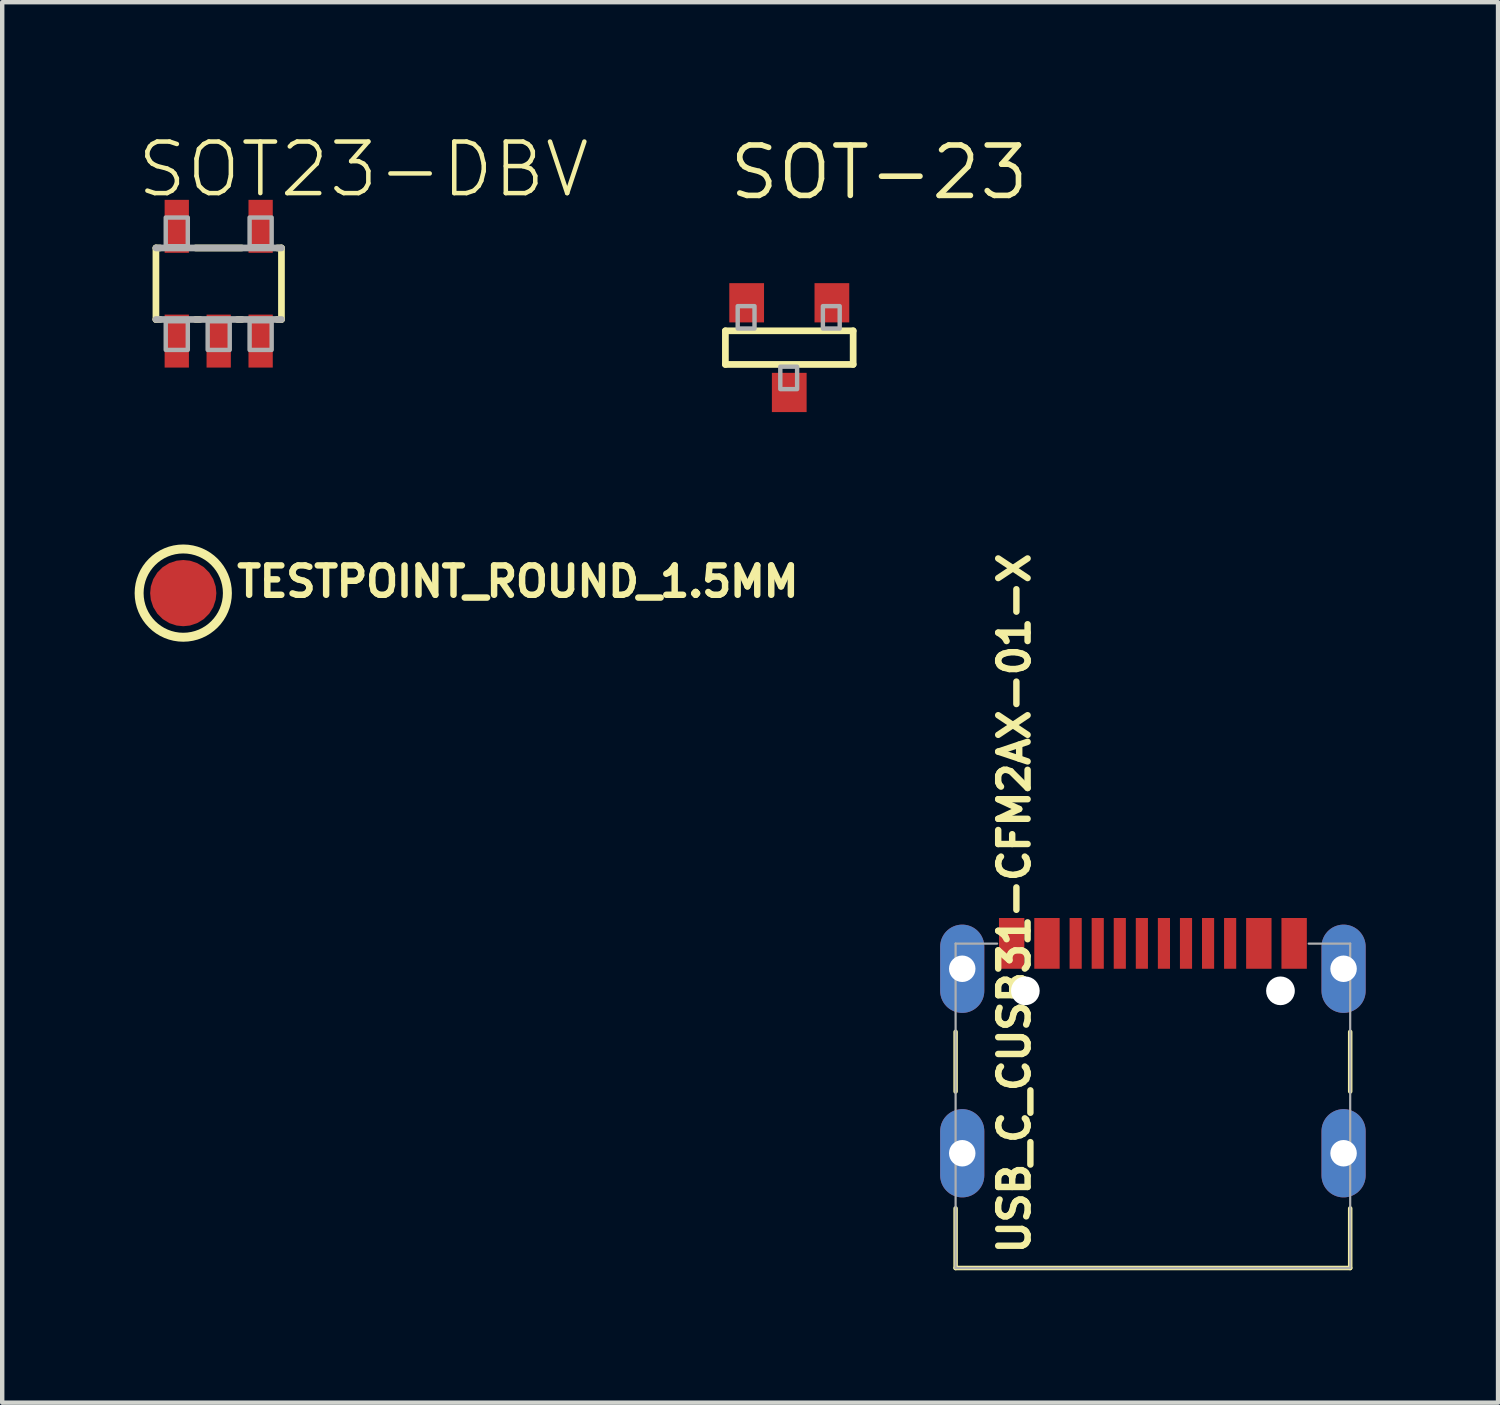
<source format=kicad_pcb>
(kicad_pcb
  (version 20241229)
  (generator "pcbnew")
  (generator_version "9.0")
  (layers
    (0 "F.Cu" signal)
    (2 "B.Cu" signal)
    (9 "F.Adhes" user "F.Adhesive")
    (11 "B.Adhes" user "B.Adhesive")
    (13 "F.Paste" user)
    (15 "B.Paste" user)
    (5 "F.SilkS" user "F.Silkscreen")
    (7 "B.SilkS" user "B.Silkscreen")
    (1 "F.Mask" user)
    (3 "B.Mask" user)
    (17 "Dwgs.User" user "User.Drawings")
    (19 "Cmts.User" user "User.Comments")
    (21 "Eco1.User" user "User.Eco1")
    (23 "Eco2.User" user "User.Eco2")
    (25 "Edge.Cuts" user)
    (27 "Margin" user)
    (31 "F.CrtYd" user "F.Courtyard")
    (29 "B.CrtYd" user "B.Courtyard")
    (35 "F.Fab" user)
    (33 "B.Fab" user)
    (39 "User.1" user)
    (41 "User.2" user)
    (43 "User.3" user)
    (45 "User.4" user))
  (footprint "SOT23-DBV"
    (layer "F.Cu")
    (at 1.905 3.378)
    (property "Reference" "SOT23-DBV" (at -1.905 -1.905 0) (layer "F.SilkS") (effects (font (size 1.168 1.168) (thickness 0.102)) (justify left bottom)))
    (fp_line (start -1.422 -0.81) (end -1.328 -0.81) (stroke (width 0.152) (type solid)) (layer "F.SilkS"))
    (fp_line (start -1.422 0.81) (end -1.422 -0.81) (stroke (width 0.152) (type solid)) (layer "F.SilkS"))
    (fp_line (start -1.328 0.81) (end -1.422 0.81) (stroke (width 0.152) (type solid)) (layer "F.SilkS"))
    (fp_line (start -0.522 -0.81) (end 0.522 -0.81) (stroke (width 0.152) (type solid)) (layer "F.SilkS"))
    (fp_line (start -0.428 0.81) (end -0.522 0.81) (stroke (width 0.152) (type solid)) (layer "F.SilkS"))
    (fp_line (start 0.522 0.81) (end 0.428 0.81) (stroke (width 0.152) (type solid)) (layer "F.SilkS"))
    (fp_line (start 1.328 -0.81) (end 1.422 -0.81) (stroke (width 0.152) (type solid)) (layer "F.SilkS"))
    (fp_line (start 1.422 -0.81) (end 1.422 0.81) (stroke (width 0.152) (type solid)) (layer "F.SilkS"))
    (fp_line (start 1.422 0.81) (end 1.328 0.81) (stroke (width 0.152) (type solid)) (layer "F.SilkS"))
    (fp_line (start -1.422 -0.81) (end 1.422 -0.81) (stroke (width 0.152) (type solid)) (layer "F.Fab"))
    (fp_line (start 1.422 0.81) (end -1.422 0.81) (stroke (width 0.152) (type solid)) (layer "F.Fab"))
    (fp_poly (pts (xy -1.2 -0.85) (xy -0.7 -0.85) (xy -0.7 -1.5) (xy -1.2 -1.5)) (stroke (width 0.1) (type default)) (fill no) (layer "F.Fab"))
    (fp_poly (pts (xy -1.2 1.5) (xy -0.7 1.5) (xy -0.7 0.85) (xy -1.2 0.85)) (stroke (width 0.1) (type default)) (fill no) (layer "F.Fab"))
    (fp_poly (pts (xy -0.25 1.5) (xy 0.25 1.5) (xy 0.25 0.85) (xy -0.25 0.85)) (stroke (width 0.1) (type default)) (fill no) (layer "F.Fab"))
    (fp_poly (pts (xy 0.7 -0.85) (xy 1.2 -0.85) (xy 1.2 -1.5) (xy 0.7 -1.5)) (stroke (width 0.1) (type default)) (fill no) (layer "F.Fab"))
    (fp_poly (pts (xy 0.7 1.5) (xy 1.2 1.5) (xy 1.2 0.85) (xy 0.7 0.85)) (stroke (width 0.1) (type default)) (fill no) (layer "F.Fab"))
    (pad "1" smd rect (at -0.95 1.3) (size 0.55 1.2) (layers "F.Cu" "F.Mask" "F.Paste"))
    (pad "2" smd rect (at 0 1.3) (size 0.55 1.2) (layers "F.Cu" "F.Mask" "F.Paste"))
    (pad "3" smd rect (at 0.95 1.3) (size 0.55 1.2) (layers "F.Cu" "F.Mask" "F.Paste"))
    (pad "4" smd rect (at 0.95 -1.3) (size 0.55 1.2) (layers "F.Cu" "F.Mask" "F.Paste"))
    (pad "5" smd rect (at -0.95 -1.3) (size 0.55 1.2) (layers "F.Cu" "F.Mask" "F.Paste")))
  (footprint "TESTPOINT_ROUND_1.5MM"
    (layer "F.Cu")
    (at 1.102 10.388)
    (property "Reference" "TESTPOINT_ROUND_1.5MM" (at 1.143 0.127 0) (layer "F.SilkS") (effects (font (size 0.666 0.666) (thickness 0.146)) (justify left bottom)))
    (fp_circle (center 0 0) (end 1 0) (stroke (width 0.203) (type solid)) (fill no) (layer "F.SilkS"))
    (pad "P$1" smd roundrect (at 0 0) (size 1.5 1.5) (layers "F.Cu" "F.Mask") (roundrect_rratio 0.5)))
  (footprint "SOT-23"
    (layer "F.Cu")
    (at 14.807 4.826)
    (property "Reference" "SOT-23" (at -1.397 -3.302 0) (layer "F.SilkS") (effects (font (size 1.143 1.143) (thickness 0.127)) (justify left bottom)))
    (fp_line (start -1.422 -0.381) (end 1.473 -0.381) (stroke (width 0.152) (type solid)) (layer "F.SilkS"))
    (fp_line (start -1.422 0.381) (end -1.422 -0.381) (stroke (width 0.152) (type solid)) (layer "F.SilkS"))
    (fp_line (start 1.473 -0.381) (end 1.473 0.381) (stroke (width 0.152) (type solid)) (layer "F.SilkS"))
    (fp_line (start 1.473 0.381) (end -1.422 0.381) (stroke (width 0.152) (type solid)) (layer "F.SilkS"))
    (fp_poly (pts (xy -1.143 -0.432) (xy -0.762 -0.432) (xy -0.762 -0.94) (xy -1.143 -0.94)) (stroke (width 0.1) (type default)) (fill no) (layer "F.Fab"))
    (fp_poly (pts (xy -0.178 0.94) (xy 0.203 0.94) (xy 0.203 0.432) (xy -0.178 0.432)) (stroke (width 0.1) (type default)) (fill no) (layer "F.Fab"))
    (fp_poly (pts (xy 0.787 -0.432) (xy 1.168 -0.432) (xy 1.168 -0.94) (xy 0.787 -0.94)) (stroke (width 0.1) (type default)) (fill no) (layer "F.Fab"))
    (pad "1" smd rect (at 0.025 1.016) (size 0.787 0.889) (layers "F.Cu" "F.Mask" "F.Paste"))
    (pad "2" smd rect (at -0.94 -1.016) (size 0.787 0.889) (layers "F.Cu" "F.Mask" "F.Paste"))
    (pad "3" smd rect (at 0.991 -1.016) (size 0.787 0.889) (layers "F.Cu" "F.Mask" "F.Paste")))
  (footprint "USB_C_CUSB31-CFM2AX-01-X"
    (layer "F.Cu")
    (at 23.071 20.599)
    (property "Reference" "USB_C_CUSB31-CFM2AX-01-X" (at -2.75 4.83 90) (layer "F.SilkS") (effects (font (size 0.666 0.666) (thickness 0.146)) (justify left bottom)))
    (fp_line (start -4.47 1.08) (end -4.47 -0.27) (stroke (width 0.102) (type solid)) (layer "F.SilkS"))
    (fp_line (start -4.47 5.08) (end -4.47 3.73) (stroke (width 0.102) (type solid)) (layer "F.SilkS"))
    (fp_line (start 4.47 -0.27) (end 4.47 1.08) (stroke (width 0.102) (type solid)) (layer "F.SilkS"))
    (fp_line (start 4.47 3.73) (end 4.47 5.08) (stroke (width 0.102) (type solid)) (layer "F.SilkS"))
    (fp_line (start 4.47 5.08) (end -4.47 5.08) (stroke (width 0.102) (type solid)) (layer "F.SilkS"))
    (fp_poly (pts (xy -3.378 -1.702) (xy -3.023 -1.702) (xy -3.023 -2.845) (xy -3.378 -2.845)) (stroke (width 0) (type default)) (fill yes) (layer "F.Paste"))
    (fp_poly (pts (xy -2.591 -1.702) (xy -2.21 -1.702) (xy -2.21 -2.845) (xy -2.591 -2.845)) (stroke (width 0) (type default)) (fill yes) (layer "F.Paste"))
    (fp_poly (pts (xy 2.21 -1.702) (xy 2.591 -1.702) (xy 2.591 -2.845) (xy 2.21 -2.845)) (stroke (width 0) (type default)) (fill yes) (layer "F.Paste"))
    (fp_poly (pts (xy 3.023 -1.702) (xy 3.378 -1.702) (xy 3.378 -2.845) (xy 3.023 -2.845)) (stroke (width 0) (type default)) (fill yes) (layer "F.Paste"))
    (fp_poly (pts (xy -4.169 -2.669) (xy -4.034 -2.6) (xy -3.928 -2.493) (xy -3.835 -2.21) (xy -3.835 -1.194) (xy -3.859 -1.045) (xy -3.928 -0.91) (xy -4.034 -0.803) (xy -4.318 -0.711) (xy -4.449 -0.729) (xy -4.572 -0.779) (xy -4.677 -0.86) (xy -4.758 -0.965) (xy -4.826 -1.219) (xy -4.826 -2.184) (xy -4.809 -2.316) (xy -4.758 -2.438) (xy -4.677 -2.544) (xy -4.572 -2.624) (xy -4.318 -2.692)) (stroke (width 0) (type default)) (fill yes) (layer "F.Paste"))
    (fp_poly (pts (xy -4.156 1.51) (xy -4.022 1.578) (xy -3.915 1.685) (xy -3.823 1.968) (xy -3.823 2.985) (xy -3.846 3.134) (xy -3.915 3.268) (xy -4.022 3.375) (xy -4.305 3.467) (xy -4.437 3.45) (xy -4.559 3.399) (xy -4.665 3.318) (xy -4.745 3.213) (xy -4.813 2.959) (xy -4.813 1.994) (xy -4.796 1.862) (xy -4.745 1.74) (xy -4.665 1.635) (xy -4.559 1.554) (xy -4.305 1.486)) (stroke (width 0) (type default)) (fill yes) (layer "F.Paste"))
    (fp_poly (pts (xy 4.48 -2.681) (xy 4.614 -2.613) (xy 4.721 -2.506) (xy 4.813 -2.223) (xy 4.813 -1.206) (xy 4.79 -1.057) (xy 4.721 -0.923) (xy 4.614 -0.816) (xy 4.331 -0.724) (xy 4.199 -0.741) (xy 4.077 -0.792) (xy 3.971 -0.873) (xy 3.891 -0.978) (xy 3.823 -1.232) (xy 3.823 -2.197) (xy 3.84 -2.329) (xy 3.891 -2.451) (xy 3.971 -2.556) (xy 4.077 -2.637) (xy 4.331 -2.705)) (stroke (width 0) (type default)) (fill yes) (layer "F.Paste"))
    (fp_poly (pts (xy 4.48 1.51) (xy 4.614 1.578) (xy 4.721 1.685) (xy 4.813 1.968) (xy 4.813 2.985) (xy 4.79 3.134) (xy 4.721 3.268) (xy 4.614 3.375) (xy 4.331 3.467) (xy 4.199 3.45) (xy 4.077 3.399) (xy 3.971 3.318) (xy 3.891 3.213) (xy 3.823 2.959) (xy 3.823 1.994) (xy 3.84 1.862) (xy 3.891 1.74) (xy 3.971 1.635) (xy 4.077 1.554) (xy 4.331 1.486)) (stroke (width 0) (type default)) (fill yes) (layer "F.Paste"))
    (fp_line (start -4.47 -2.27) (end -3.53 -2.27) (stroke (width 0.05) (type solid)) (layer "F.Fab"))
    (fp_line (start -4.47 5.08) (end -4.47 -2.27) (stroke (width 0.05) (type solid)) (layer "F.Fab"))
    (fp_line (start 3.53 -2.27) (end 4.47 -2.27) (stroke (width 0.05) (type solid)) (layer "F.Fab"))
    (fp_line (start 4.47 -2.27) (end 4.47 5.08) (stroke (width 0.05) (type solid)) (layer "F.Fab"))
    (fp_line (start 4.47 5.08) (end -4.47 5.08) (stroke (width 0.05) (type solid)) (layer "F.Fab"))
    (pad "" np_thru_hole circle (at -2.89 -1.2) (size 0.65 0.65) (drill 0.65) (layers "*.Cu" "*.Mask"))
    (pad "" np_thru_hole circle (at 2.89 -1.2) (size 0.65 0.65) (drill 0.65) (layers "*.Cu" "*.Mask"))
    (pad "A1B12" smd rect (at -3.2 -2.275) (size 0.575 1.15) (layers "F.Cu" "F.Mask"))
    (pad "A4B9" smd rect (at -2.4 -2.275) (size 0.575 1.15) (layers "F.Cu" "F.Mask"))
    (pad "A5" smd rect (at -1.25 -2.275) (size 0.275 1.15) (layers "F.Cu" "F.Mask" "F.Paste"))
    (pad "A6" smd rect (at -0.25 -2.275) (size 0.275 1.15) (layers "F.Cu" "F.Mask" "F.Paste"))
    (pad "A7" smd rect (at 0.25 -2.275) (size 0.275 1.15) (layers "F.Cu" "F.Mask" "F.Paste"))
    (pad "A8" smd rect (at 1.25 -2.275) (size 0.275 1.15) (layers "F.Cu" "F.Mask" "F.Paste"))
    (pad "B1A12" smd rect (at 3.2 -2.275) (size 0.575 1.15) (layers "F.Cu" "F.Mask"))
    (pad "B4A9" smd rect (at 2.4 -2.275) (size 0.575 1.15) (layers "F.Cu" "F.Mask"))
    (pad "B5" smd rect (at 1.75 -2.275) (size 0.275 1.15) (layers "F.Cu" "F.Mask" "F.Paste"))
    (pad "B6" smd rect (at 0.75 -2.275) (size 0.275 1.15) (layers "F.Cu" "F.Mask" "F.Paste"))
    (pad "B7" smd rect (at -0.75 -2.275) (size 0.275 1.15) (layers "F.Cu" "F.Mask" "F.Paste"))
    (pad "B8" smd rect (at -1.75 -2.275) (size 0.275 1.15) (layers "F.Cu" "F.Mask" "F.Paste"))
    (pad "M1" thru_hole oval (at -4.32 -1.7 90) (size 2 1) (drill 0.6) (layers "*.Cu" "*.Mask"))
    (pad "M2" thru_hole oval (at 4.32 -1.7 90) (size 2 1) (drill 0.6) (layers "*.Cu" "*.Mask"))
    (pad "M3" thru_hole oval (at -4.32 2.48 90) (size 2 1) (drill 0.6) (layers "*.Cu" "*.Mask"))
    (pad "M4" thru_hole oval (at 4.32 2.48 90) (size 2 1) (drill 0.6) (layers "*.Cu" "*.Mask")))
  (gr_rect
    (start -3 -3)
    (end 30.891 28.73)
    (stroke (width 0.1) (type default))
    (fill no)
    (layer "Edge.Cuts")))
</source>
